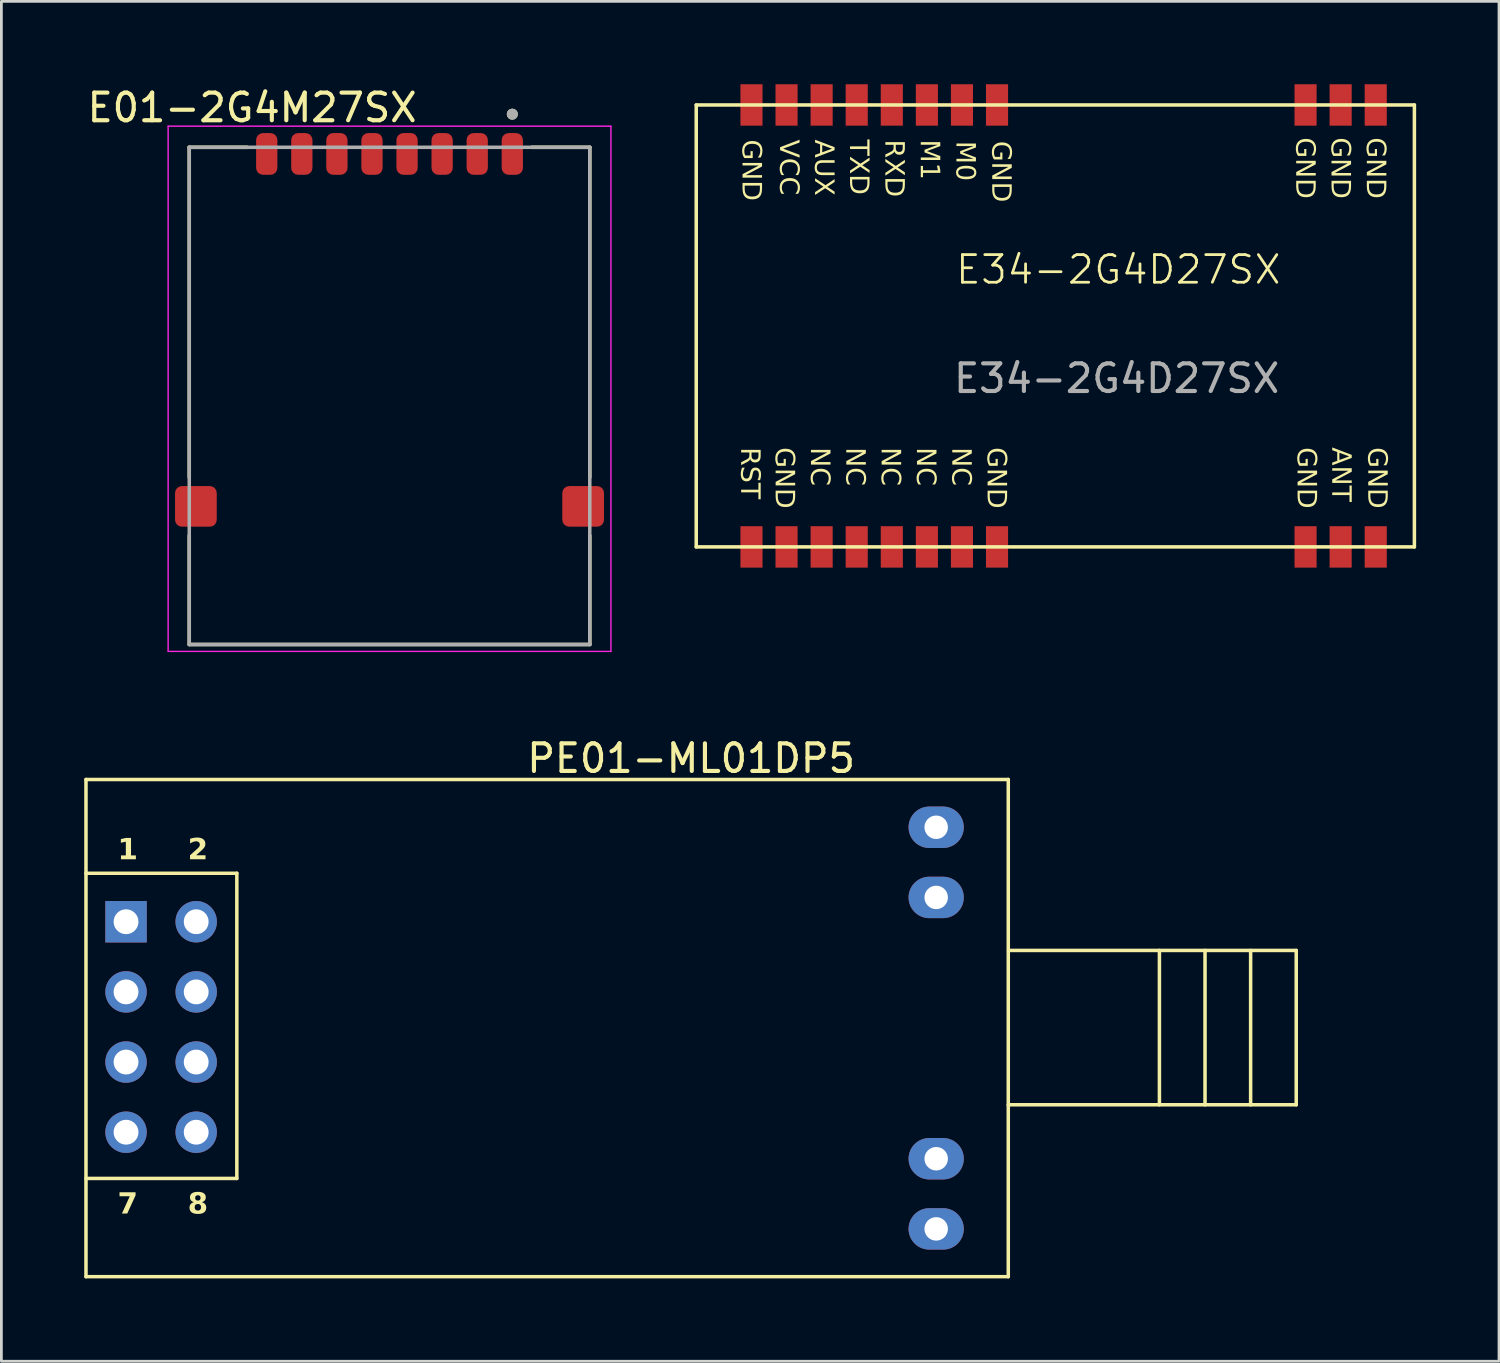
<source format=kicad_pcb>
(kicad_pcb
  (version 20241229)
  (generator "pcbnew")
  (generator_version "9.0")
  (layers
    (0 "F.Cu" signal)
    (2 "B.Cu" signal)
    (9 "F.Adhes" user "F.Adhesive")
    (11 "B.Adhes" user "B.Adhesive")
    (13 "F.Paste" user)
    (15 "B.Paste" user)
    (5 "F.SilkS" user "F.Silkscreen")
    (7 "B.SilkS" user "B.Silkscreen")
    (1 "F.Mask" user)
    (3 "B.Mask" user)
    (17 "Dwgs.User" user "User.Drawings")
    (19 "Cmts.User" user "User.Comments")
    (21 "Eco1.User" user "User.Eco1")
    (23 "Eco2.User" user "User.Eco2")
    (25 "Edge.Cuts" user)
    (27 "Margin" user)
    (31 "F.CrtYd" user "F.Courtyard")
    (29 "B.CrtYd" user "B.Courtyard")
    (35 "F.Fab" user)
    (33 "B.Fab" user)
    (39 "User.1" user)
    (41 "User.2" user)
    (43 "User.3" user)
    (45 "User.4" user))
  (footprint "PE01-ML01DP5"
    (layer "F.Cu")
    (at 16.178 34.17)
    (property "Reference" "PE01-ML01DP5" (at 5.793 -9.764 0) (layer "F.SilkS") (effects (font (size 1 1) (thickness 0.15))))
    (fp_line (start -16.115 -9) (end 17.275 -9) (stroke (width 0.127) (type solid)) (layer "F.SilkS"))
    (fp_line (start -16.115 -5.605) (end -10.654 -5.605) (stroke (width 0.127) (type solid)) (layer "F.SilkS"))
    (fp_line (start -16.115 5.444) (end -10.654 5.444) (stroke (width 0.127) (type solid)) (layer "F.SilkS"))
    (fp_line (start -16.115 9) (end -16.115 -9) (stroke (width 0.127) (type solid)) (layer "F.SilkS"))
    (fp_line (start -16.115 9) (end 17.275 9) (stroke (width 0.127) (type solid)) (layer "F.SilkS"))
    (fp_line (start -10.654 5.444) (end -10.654 -5.605) (stroke (width 0.127) (type solid)) (layer "F.SilkS"))
    (fp_line (start 17.275 2.777) (end 27.7 2.777) (stroke (width 0.127) (type solid)) (layer "F.SilkS"))
    (fp_line (start 17.275 9) (end 17.275 -9) (stroke (width 0.127) (type solid)) (layer "F.SilkS"))
    (fp_line (start 17.286 -2.811) (end 27.7 -2.811) (stroke (width 0.127) (type solid)) (layer "F.SilkS"))
    (fp_line (start 22.747 2.777) (end 22.747 -2.811) (stroke (width 0.127) (type solid)) (layer "F.SilkS"))
    (fp_line (start 24.398 2.777) (end 24.398 -2.811) (stroke (width 0.127) (type solid)) (layer "F.SilkS"))
    (fp_line (start 26.049 2.777) (end 26.049 -2.811) (stroke (width 0.127) (type solid)) (layer "F.SilkS"))
    (fp_line (start 27.7 2.777) (end 27.7 -2.811) (stroke (width 0.127) (type solid)) (layer "F.SilkS"))
    (fp_text user "7" (at -14.972 6.843 0) (unlocked yes) (layer "F.SilkS") (effects (font (face "Arial") (size 0.756 0.756) (thickness 0.254) (bold yes)) (justify left bottom)))
    (fp_text user "1" (at -14.972 -5.984 0) (unlocked yes) (layer "F.SilkS") (effects (font (face "Arial") (size 0.756 0.756) (thickness 0.254) (bold yes)) (justify left bottom)))
    (fp_text user "2" (at -12.432 -5.984 0) (unlocked yes) (layer "F.SilkS") (effects (font (face "Arial") (size 0.756 0.756) (thickness 0.254) (bold yes)) (justify left bottom)))
    (fp_text user "8" (at -12.432 6.843 0) (unlocked yes) (layer "F.SilkS") (effects (font (face "Arial") (size 0.756 0.756) (thickness 0.254) (bold yes)) (justify left bottom)))
    (pad "1" thru_hole rect (at -14.665 -3.85 270) (size 1.5 1.5) (drill 0.9) (layers "*.Cu" "*.Mask"))
    (pad "2" thru_hole circle (at -12.125 -3.85 270) (size 1.5 1.5) (drill 0.9) (layers "*.Cu" "*.Mask"))
    (pad "3" thru_hole circle (at -14.665 -1.31 270) (size 1.5 1.5) (drill 0.9) (layers "*.Cu" "*.Mask"))
    (pad "4" thru_hole circle (at -12.125 -1.31 270) (size 1.5 1.5) (drill 0.9) (layers "*.Cu" "*.Mask"))
    (pad "5" thru_hole circle (at -14.665 1.23 270) (size 1.5 1.5) (drill 0.9) (layers "*.Cu" "*.Mask"))
    (pad "6" thru_hole circle (at -12.125 1.23 270) (size 1.5 1.5) (drill 0.9) (layers "*.Cu" "*.Mask"))
    (pad "7" thru_hole circle (at -14.665 3.77 270) (size 1.5 1.5) (drill 0.9) (layers "*.Cu" "*.Mask"))
    (pad "8" thru_hole circle (at -12.125 3.77 270) (size 1.5 1.5) (drill 0.9) (layers "*.Cu" "*.Mask"))
    (pad "MP" thru_hole oval (at 14.665 -7.27 90) (size 1.5 2) (drill 0.85) (layers "*.Cu" "*.Mask"))
    (pad "MP" thru_hole oval (at 14.665 -4.73 90) (size 1.5 2) (drill 0.85) (layers "*.Cu" "*.Mask"))
    (pad "MP" thru_hole oval (at 14.665 4.73 90) (size 1.5 2) (drill 0.85) (layers "*.Cu" "*.Mask"))
    (pad "MP" thru_hole oval (at 14.665 7.27 90) (size 1.5 2) (drill 0.85) (layers "*.Cu" "*.Mask")))
  (footprint "E01-2G4M27SX"
    (layer "F.Cu")
    (at 11.052 11.283)
    (property "Reference" "E01-2G4M27SX" (at -4.975 -10.435 0) (layer "F.SilkS") (effects (font (size 1 1) (thickness 0.15))))
    (attr smd)
    (fp_line (start -7.25 -9) (end -7.25 2.95) (stroke (width 0.127) (type solid)) (layer "F.SilkS"))
    (fp_line (start -7.25 5.06) (end -7.25 9) (stroke (width 0.127) (type solid)) (layer "F.SilkS"))
    (fp_line (start -5.15 -9) (end -7.25 -9) (stroke (width 0.127) (type solid)) (layer "F.SilkS"))
    (fp_line (start 5.15 -9) (end 7.25 -9) (stroke (width 0.127) (type solid)) (layer "F.SilkS"))
    (fp_line (start 7.25 -9) (end 7.25 2.95) (stroke (width 0.127) (type solid)) (layer "F.SilkS"))
    (fp_line (start 7.25 9) (end -7.25 9) (stroke (width 0.127) (type solid)) (layer "F.SilkS"))
    (fp_line (start 7.25 9) (end 7.25 5.06) (stroke (width 0.127) (type solid)) (layer "F.SilkS"))
    (fp_circle (center 4.445 -10.2) (end 4.545 -10.2) (stroke (width 0.2) (type solid)) (fill no) (layer "F.SilkS"))
    (fp_line (start -8.015 -9.765) (end -8.015 9.25) (stroke (width 0.05) (type solid)) (layer "F.CrtYd"))
    (fp_line (start -8.015 9.25) (end 8.015 9.25) (stroke (width 0.05) (type solid)) (layer "F.CrtYd"))
    (fp_line (start 8.015 -9.765) (end -8.015 -9.765) (stroke (width 0.05) (type solid)) (layer "F.CrtYd"))
    (fp_line (start 8.015 9.25) (end 8.015 -9.765) (stroke (width 0.05) (type solid)) (layer "F.CrtYd"))
    (fp_line (start -7.25 9) (end -7.25 -9) (stroke (width 0.127) (type solid)) (layer "F.Fab"))
    (fp_line (start 7.25 -9) (end -7.25 -9) (stroke (width 0.127) (type solid)) (layer "F.Fab"))
    (fp_line (start 7.25 9) (end -7.25 9) (stroke (width 0.127) (type solid)) (layer "F.Fab"))
    (fp_line (start 7.25 9) (end 7.25 -9) (stroke (width 0.127) (type solid)) (layer "F.Fab"))
    (fp_circle (center 4.445 -10.2) (end 4.545 -10.2) (stroke (width 0.2) (type solid)) (fill no) (layer "F.Fab"))
    (pad "1" smd roundrect (at 4.445 -8.76) (size 0.77 1.51) (layers "F.Cu" "F.Mask" "F.Paste") (roundrect_rratio 0.325))
    (pad "2" smd roundrect (at 3.175 -8.76) (size 0.77 1.51) (layers "F.Cu" "F.Mask" "F.Paste") (roundrect_rratio 0.325))
    (pad "3" smd roundrect (at 1.905 -8.76) (size 0.77 1.51) (layers "F.Cu" "F.Mask" "F.Paste") (roundrect_rratio 0.325))
    (pad "4" smd roundrect (at 0.635 -8.76) (size 0.77 1.51) (layers "F.Cu" "F.Mask" "F.Paste") (roundrect_rratio 0.325))
    (pad "5" smd roundrect (at -0.635 -8.76) (size 0.77 1.51) (layers "F.Cu" "F.Mask" "F.Paste") (roundrect_rratio 0.325))
    (pad "6" smd roundrect (at -1.905 -8.76) (size 0.77 1.51) (layers "F.Cu" "F.Mask" "F.Paste") (roundrect_rratio 0.325))
    (pad "7" smd roundrect (at -3.175 -8.76) (size 0.77 1.51) (layers "F.Cu" "F.Mask" "F.Paste") (roundrect_rratio 0.325))
    (pad "8" smd roundrect (at -4.445 -8.76) (size 0.77 1.51) (layers "F.Cu" "F.Mask" "F.Paste") (roundrect_rratio 0.325))
    (pad "9" smd roundrect (at -7.01 4) (size 1.51 1.47) (layers "F.Cu" "F.Mask" "F.Paste") (roundrect_rratio 0.17))
    (pad "10" smd roundrect (at 7.01 4) (size 1.51 1.47) (layers "F.Cu" "F.Mask" "F.Paste") (roundrect_rratio 0.17)))
  (footprint "E34-2G4D27SX"
    (layer "F.Cu")
    (at 37.376 8.15)
    (property "Reference" "E34-2G4D27SX" (at 0.06 -1.44 0) (unlocked yes) (layer "F.SilkS") (effects (font (size 1 1) (thickness 0.1))))
    (fp_line (start -15.22 -7.4) (end 10.78 -7.4) (stroke (width 0.127) (type solid)) (layer "F.SilkS"))
    (fp_line (start -15.22 8.6) (end -15.22 -7.4) (stroke (width 0.127) (type solid)) (layer "F.SilkS"))
    (fp_line (start -15.22 8.6) (end 10.78 8.6) (stroke (width 0.127) (type solid)) (layer "F.SilkS"))
    (fp_line (start 10.78 8.6) (end 10.78 -7.4) (stroke (width 0.127) (type solid)) (layer "F.SilkS"))
    (fp_text user "${REFERENCE}" (at 0 2.5 0) (unlocked yes) (layer "F.Fab") (effects (font (size 1 1) (thickness 0.15))))
    (fp_text_box "ANT" (start 8.448 5.041) (end 7.743 6.992) (margins 0 0 0 0) (angle 270) (layer "F.SilkS") (effects (font (face "Arial") (size 0.693 0.693) (thickness 0.15)) (justify left top)) (border no) (stroke (width 0.1) (type default)))
    (fp_text_box "M1" (start -6.448 -6.099) (end -7.156 -4.985) (margins 0 0 0 0) (angle 270) (layer "F.SilkS") (effects (font (face "Arial") (size 0.693 0.693) (thickness 0.15)) (justify left top)) (border no) (stroke (width 0.1) (type default)))
    (fp_text_box "NC" (start -6.586 5.041) (end -7.316 6.349) (margins 0 0 0 0) (angle 270) (layer "F.SilkS") (effects (font (face "Arial") (size 0.693 0.693) (thickness 0.15)) (justify left top)) (border no) (stroke (width 0.1) (type default)))
    (fp_text_box "GND" (start -11.702 5.041) (end -12.431 7.125) (margins 0 0 0 0) (angle 270) (layer "F.SilkS") (effects (font (face "Arial") (size 0.693 0.693) (thickness 0.15)) (justify left top)) (border no) (stroke (width 0.1) (type default)))
    (fp_text_box "RXD" (start -7.73 -6.099) (end -8.434 -4.15) (margins 0 0 0 0) (angle 270) (layer "F.SilkS") (effects (font (face "Arial") (size 0.693 0.693) (thickness 0.15)) (justify left top)) (border no) (stroke (width 0.1) (type default)))
    (fp_text_box "GND" (start -3.861 -6.049) (end -4.59 -3.965) (margins 0 0 0 0) (angle 270) (layer "F.SilkS") (effects (font (face "Arial") (size 0.693 0.693) (thickness 0.15)) (justify left top)) (border no) (stroke (width 0.1) (type default)))
    (fp_text_box "NC" (start -7.865 5.041) (end -8.594 6.349) (margins 0 0 0 0) (angle 270) (layer "F.SilkS") (effects (font (face "Arial") (size 0.693 0.693) (thickness 0.15)) (justify left top)) (border no) (stroke (width 0.1) (type default)))
    (fp_text_box "NC" (start -9.144 5.041) (end -9.873 6.349) (margins 0 0 0 0) (angle 270) (layer "F.SilkS") (effects (font (face "Arial") (size 0.693 0.693) (thickness 0.15)) (justify left top)) (border no) (stroke (width 0.1) (type default)))
    (fp_text_box "GND" (start 7.194 5.041) (end 6.464 7.125) (margins 0 0 0 0) (angle 270) (layer "F.SilkS") (effects (font (face "Arial") (size 0.693 0.693) (thickness 0.15)) (justify left top)) (border no) (stroke (width 0.1) (type default)))
    (fp_text_box "GND" (start 8.423 -6.176) (end 7.693 -4.092) (margins 0 0 0 0) (angle 270) (layer "F.SilkS") (effects (font (face "Arial") (size 0.693 0.693) (thickness 0.15)) (justify left top)) (border no) (stroke (width 0.1) (type default)))
    (fp_text_box "NC" (start -10.423 5.041) (end -11.152 6.349) (margins 0 0 0 0) (angle 270) (layer "F.SilkS") (effects (font (face "Arial") (size 0.693 0.693) (thickness 0.15)) (justify left top)) (border no) (stroke (width 0.1) (type default)))
    (fp_text_box "GND" (start -4.029 5.041) (end -4.758 7.125) (margins 0 0 0 0) (angle 270) (layer "F.SilkS") (effects (font (face "Arial") (size 0.693 0.693) (thickness 0.15)) (justify left top)) (border no) (stroke (width 0.1) (type default)))
    (fp_text_box "M0" (start -5.157 -6.049) (end -5.877 -4.8) (margins 0 0 0 0) (angle 270) (layer "F.SilkS") (effects (font (face "Arial") (size 0.693 0.693) (thickness 0.15)) (justify left top)) (border no) (stroke (width 0.1) (type default)))
    (fp_text_box "VCC" (start -11.542 -6.099) (end -12.271 -4.062) (margins 0 0 0 0) (angle 270) (layer "F.SilkS") (effects (font (face "Arial") (size 0.693 0.693) (thickness 0.15)) (justify left top)) (border no) (stroke (width 0.1) (type default)))
    (fp_text_box "GND" (start -12.901 -6.099) (end -13.63 -4.015) (margins 0 0 0 0) (angle 270) (layer "F.SilkS") (effects (font (face "Arial") (size 0.693 0.693) (thickness 0.15)) (justify left top)) (border no) (stroke (width 0.1) (type default)))
    (fp_text_box "AUX" (start -10.275 -6.099) (end -10.992 -4.08) (margins 0 0 0 0) (angle 270) (layer "F.SilkS") (effects (font (face "Arial") (size 0.693 0.693) (thickness 0.15)) (justify left top)) (border no) (stroke (width 0.1) (type default)))
    (fp_text_box "TXD" (start -9.009 -6.099) (end -9.713 -4.205) (margins 0 0 0 0) (angle 270) (layer "F.SilkS") (effects (font (face "Arial") (size 0.693 0.693) (thickness 0.15)) (justify left top)) (border no) (stroke (width 0.1) (type default)))
    (fp_text_box "GND" (start 9.752 5.041) (end 9.022 7.125) (margins 0 0 0 0) (angle 270) (layer "F.SilkS") (effects (font (face "Arial") (size 0.693 0.693) (thickness 0.15)) (justify left top)) (border no) (stroke (width 0.1) (type default)))
    (fp_text_box "GND" (start 9.701 -6.176) (end 8.972 -4.092) (margins 0 0 0 0) (angle 270) (layer "F.SilkS") (effects (font (face "Arial") (size 0.693 0.693) (thickness 0.15)) (justify left top)) (border no) (stroke (width 0.1) (type default)))
    (fp_text_box "NC" (start -5.307 5.041) (end -6.037 6.349) (margins 0 0 0 0) (angle 270) (layer "F.SilkS") (effects (font (face "Arial") (size 0.693 0.693) (thickness 0.15)) (justify left top)) (border no) (stroke (width 0.1) (type default)))
    (fp_text_box "GND" (start 7.144 -6.176) (end 6.414 -4.092) (margins 0 0 0 0) (angle 270) (layer "F.SilkS") (effects (font (face "Arial") (size 0.693 0.693) (thickness 0.15)) (justify left top)) (border no) (stroke (width 0.1) (type default)))
    (fp_text_box "RST" (start -12.951 5.041) (end -13.68 6.349) (margins 0 0 0 0) (angle 270) (layer "F.SilkS") (effects (font (face "Arial") (size 0.693 0.693) (thickness 0.15)) (justify left top)) (border no) (stroke (width 0.1) (type default)))
    (pad "1" smd rect (at -13.22 8.6 270) (size 1.5 0.8) (layers "F.Cu" "F.Mask" "F.Paste"))
    (pad "2" smd rect (at -11.95 8.6 270) (size 1.5 0.8) (layers "F.Cu" "F.Mask" "F.Paste"))
    (pad "3" smd rect (at -10.68 8.6 270) (size 1.5 0.8) (layers "F.Cu" "F.Mask" "F.Paste"))
    (pad "4" smd rect (at -9.41 8.6 270) (size 1.5 0.8) (layers "F.Cu" "F.Mask" "F.Paste"))
    (pad "5" smd rect (at -8.14 8.6 270) (size 1.5 0.8) (layers "F.Cu" "F.Mask" "F.Paste"))
    (pad "6" smd rect (at -6.87 8.6 270) (size 1.5 0.8) (layers "F.Cu" "F.Mask" "F.Paste"))
    (pad "7" smd rect (at -5.6 8.6 270) (size 1.5 0.8) (layers "F.Cu" "F.Mask" "F.Paste"))
    (pad "8" smd rect (at -4.33 8.6 270) (size 1.5 0.8) (layers "F.Cu" "F.Mask" "F.Paste"))
    (pad "11" smd rect (at 6.84 8.6 270) (size 1.5 0.8) (layers "F.Cu" "F.Mask" "F.Paste"))
    (pad "12" smd rect (at 8.11 8.6 270) (size 1.5 0.8) (layers "F.Cu" "F.Mask" "F.Paste"))
    (pad "13" smd rect (at 9.38 8.6 270) (size 1.5 0.8) (layers "F.Cu" "F.Mask" "F.Paste"))
    (pad "14" smd rect (at 9.38 -7.4 270) (size 1.5 0.8) (layers "F.Cu" "F.Mask" "F.Paste"))
    (pad "15" smd rect (at 8.11 -7.4 270) (size 1.5 0.8) (layers "F.Cu" "F.Mask" "F.Paste"))
    (pad "16" smd rect (at 6.84 -7.4 270) (size 1.5 0.8) (layers "F.Cu" "F.Mask" "F.Paste"))
    (pad "19" smd rect (at -4.33 -7.4 90) (size 1.5 0.8) (layers "F.Cu" "F.Mask" "F.Paste"))
    (pad "20" smd rect (at -5.6 -7.4 90) (size 1.5 0.8) (layers "F.Cu" "F.Mask" "F.Paste"))
    (pad "21" smd rect (at -6.87 -7.4 90) (size 1.5 0.8) (layers "F.Cu" "F.Mask" "F.Paste"))
    (pad "22" smd rect (at -8.14 -7.4 90) (size 1.5 0.8) (layers "F.Cu" "F.Mask" "F.Paste"))
    (pad "23" smd rect (at -9.41 -7.4 90) (size 1.5 0.8) (layers "F.Cu" "F.Mask" "F.Paste"))
    (pad "24" smd rect (at -10.68 -7.4 90) (size 1.5 0.8) (layers "F.Cu" "F.Mask" "F.Paste"))
    (pad "25" smd rect (at -11.95 -7.4 90) (size 1.5 0.8) (layers "F.Cu" "F.Mask" "F.Paste"))
    (pad "26" smd rect (at -13.22 -7.4 90) (size 1.5 0.8) (layers "F.Cu" "F.Mask" "F.Paste")))
  (gr_rect
    (start -3 -3)
    (end 51.219 46.233)
    (stroke (width 0.1) (type default))
    (fill no)
    (layer "Edge.Cuts")))
</source>
